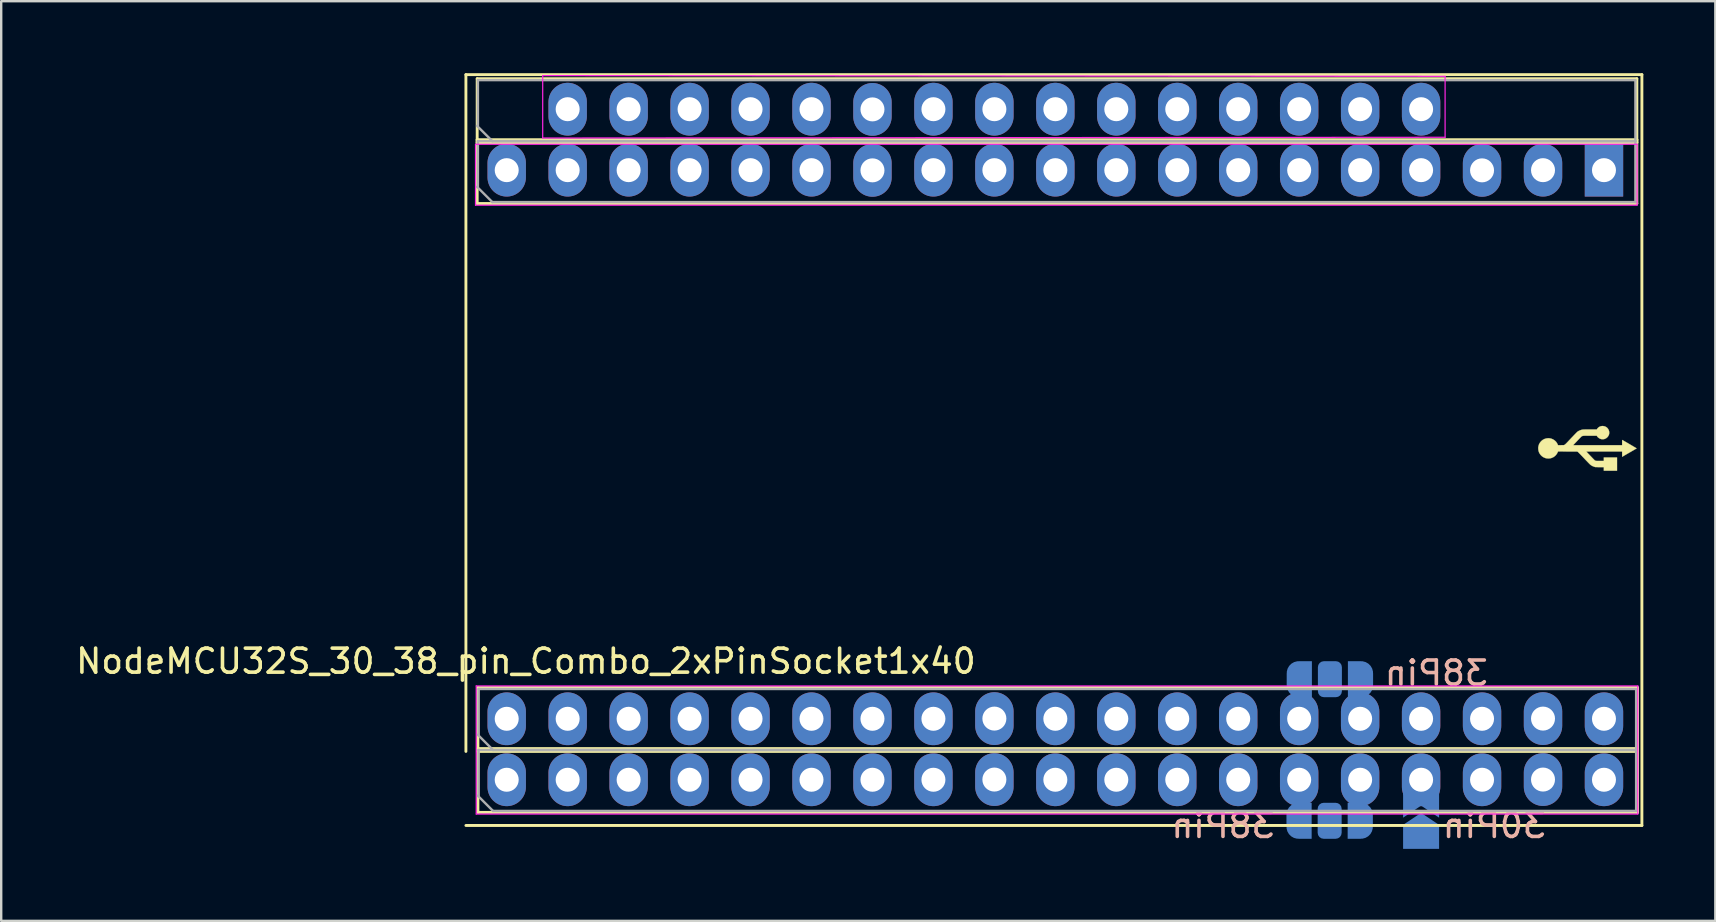
<source format=kicad_pcb>
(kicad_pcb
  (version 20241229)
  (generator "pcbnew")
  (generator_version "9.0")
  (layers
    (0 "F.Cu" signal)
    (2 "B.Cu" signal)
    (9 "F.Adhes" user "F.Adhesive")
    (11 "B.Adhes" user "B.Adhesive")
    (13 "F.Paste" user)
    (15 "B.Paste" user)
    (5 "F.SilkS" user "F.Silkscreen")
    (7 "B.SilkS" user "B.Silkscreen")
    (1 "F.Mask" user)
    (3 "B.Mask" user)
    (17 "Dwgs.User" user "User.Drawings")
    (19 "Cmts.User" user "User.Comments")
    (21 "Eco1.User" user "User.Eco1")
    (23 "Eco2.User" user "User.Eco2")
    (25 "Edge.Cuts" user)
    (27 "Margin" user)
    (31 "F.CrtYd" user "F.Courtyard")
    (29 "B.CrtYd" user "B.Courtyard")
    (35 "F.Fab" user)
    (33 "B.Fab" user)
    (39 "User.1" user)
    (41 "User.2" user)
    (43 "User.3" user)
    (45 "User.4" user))
  (footprint "NodeMCU32S_30_38_pin_Combo_2xPinSocket1x40"
    (layer "F.Cu")
    (at 18.063 26.9)
    (property "Reference" "NodeMCU32S_30_38_pin_Combo_2xPinSocket1x40" (at 0.8 -2.4 180) (layer "F.SilkS") (effects (font (size 1 1) (thickness 0.15))))
    (attr through_hole)
    (fp_line (start -1.7 -26.84) (end 47.3 -26.84) (stroke (width 0.12) (type solid)) (layer "F.SilkS"))
    (fp_line (start -1.7 1.36) (end -1.7 -26.84) (stroke (width 0.12) (type solid)) (layer "F.SilkS"))
    (fp_line (start -1.23 -26.67) (end 47.09 -26.67) (stroke (width 0.12) (type solid)) (layer "F.SilkS"))
    (fp_line (start -1.23 -24.13) (end 47.09 -24.13) (stroke (width 0.12) (type solid)) (layer "F.SilkS"))
    (fp_line (start -1.23 -24.01) (end -1.23 -26.67) (stroke (width 0.12) (type solid)) (layer "F.SilkS"))
    (fp_line (start -1.23 -24.01) (end 47.09 -24.01) (stroke (width 0.12) (type solid)) (layer "F.SilkS"))
    (fp_line (start -1.23 -21.47) (end -1.23 -24.13) (stroke (width 0.12) (type solid)) (layer "F.SilkS"))
    (fp_line (start -1.23 -21.47) (end 47.09 -21.47) (stroke (width 0.12) (type solid)) (layer "F.SilkS"))
    (fp_line (start -1.2 -1.3) (end 47.12 -1.3) (stroke (width 0.12) (type solid)) (layer "F.SilkS"))
    (fp_line (start -1.2 1.24) (end 47.12 1.24) (stroke (width 0.12) (type solid)) (layer "F.SilkS"))
    (fp_line (start -1.2 1.36) (end -1.2 -1.3) (stroke (width 0.12) (type solid)) (layer "F.SilkS"))
    (fp_line (start -1.2 1.36) (end 47.12 1.36) (stroke (width 0.12) (type solid)) (layer "F.SilkS"))
    (fp_line (start -1.2 3.9) (end -1.2 1.24) (stroke (width 0.12) (type solid)) (layer "F.SilkS"))
    (fp_line (start -1.2 3.9) (end 47.12 3.9) (stroke (width 0.12) (type solid)) (layer "F.SilkS"))
    (fp_line (start 47.09 -24.01) (end 47.09 -26.67) (stroke (width 0.12) (type solid)) (layer "F.SilkS"))
    (fp_line (start 47.09 -21.47) (end 47.09 -24.13) (stroke (width 0.12) (type solid)) (layer "F.SilkS"))
    (fp_line (start 47.12 1.36) (end 47.12 -1.3) (stroke (width 0.12) (type solid)) (layer "F.SilkS"))
    (fp_line (start 47.12 3.9) (end 47.12 1.24) (stroke (width 0.12) (type solid)) (layer "F.SilkS"))
    (fp_line (start 47.3 -26.84) (end 47.3 4.445) (stroke (width 0.12) (type solid)) (layer "F.SilkS"))
    (fp_line (start 47.3 4.445) (end -1.7 4.445) (stroke (width 0.12) (type solid)) (layer "F.SilkS"))
    (fp_poly (pts (xy 47.076 -11.265) (xy 47.066 -11.259) (xy 47.049 -11.248) (xy 47.026 -11.235) (xy 46.999 -11.219) (xy 46.966 -11.2) (xy 46.93 -11.178) (xy 46.89 -11.155) (xy 46.847 -11.13) (xy 46.802 -11.104) (xy 46.778 -11.091) (xy 46.478 -10.917) (xy 46.477 -11.027) (xy 46.476 -11.137) (xy 45.731 -11.137) (xy 45.652 -11.137) (xy 45.575 -11.137) (xy 45.502 -11.137) (xy 45.431 -11.137) (xy 45.364 -11.137) (xy 45.301 -11.137) (xy 45.243 -11.137) (xy 45.189 -11.137) (xy 45.141 -11.137) (xy 45.098 -11.136) (xy 45.062 -11.136) (xy 45.032 -11.136) (xy 45.009 -11.136) (xy 44.994 -11.136) (xy 44.986 -11.136) (xy 44.986 -11.135) (xy 44.988 -11.132) (xy 44.997 -11.123) (xy 45.009 -11.109) (xy 45.026 -11.091) (xy 45.046 -11.069) (xy 45.069 -11.045) (xy 45.094 -11.019) (xy 45.121 -10.991) (xy 45.148 -10.962) (xy 45.176 -10.933) (xy 45.203 -10.905) (xy 45.23 -10.877) (xy 45.254 -10.852) (xy 45.277 -10.829) (xy 45.297 -10.808) (xy 45.313 -10.792) (xy 45.325 -10.78) (xy 45.332 -10.773) (xy 45.333 -10.772) (xy 45.347 -10.764) (xy 45.364 -10.755) (xy 45.373 -10.752) (xy 45.379 -10.75) (xy 45.386 -10.748) (xy 45.395 -10.747) (xy 45.406 -10.746) (xy 45.42 -10.745) (xy 45.438 -10.744) (xy 45.461 -10.744) (xy 45.49 -10.744) (xy 45.527 -10.744) (xy 45.555 -10.744) (xy 45.714 -10.744) (xy 45.714 -10.888) (xy 46.264 -10.888) (xy 46.264 -10.337) (xy 45.714 -10.337) (xy 45.714 -10.485) (xy 45.535 -10.486) (xy 45.356 -10.488) (xy 45.318 -10.5) (xy 45.277 -10.515) (xy 45.235 -10.534) (xy 45.195 -10.556) (xy 45.161 -10.579) (xy 45.161 -10.579) (xy 45.15 -10.589) (xy 45.133 -10.604) (xy 45.111 -10.626) (xy 45.083 -10.654) (xy 45.05 -10.688) (xy 45.011 -10.729) (xy 44.966 -10.775) (xy 44.916 -10.828) (xy 44.885 -10.861) (xy 44.84 -10.908) (xy 44.8 -10.95) (xy 44.765 -10.986) (xy 44.736 -11.017) (xy 44.71 -11.043) (xy 44.688 -11.065) (xy 44.671 -11.083) (xy 44.656 -11.098) (xy 44.644 -11.109) (xy 44.635 -11.117) (xy 44.628 -11.122) (xy 44.623 -11.125) (xy 44.623 -11.125) (xy 44.603 -11.135) (xy 43.804 -11.138) (xy 43.801 -11.129) (xy 43.799 -11.121) (xy 43.793 -11.108) (xy 43.786 -11.092) (xy 43.783 -11.086) (xy 43.753 -11.034) (xy 43.717 -10.987) (xy 43.675 -10.946) (xy 43.628 -10.911) (xy 43.575 -10.883) (xy 43.519 -10.862) (xy 43.501 -10.857) (xy 43.469 -10.851) (xy 43.433 -10.848) (xy 43.394 -10.847) (xy 43.357 -10.849) (xy 43.322 -10.853) (xy 43.301 -10.857) (xy 43.242 -10.877) (xy 43.188 -10.904) (xy 43.139 -10.937) (xy 43.096 -10.977) (xy 43.063 -11.016) (xy 43.031 -11.065) (xy 43.007 -11.116) (xy 42.991 -11.17) (xy 42.983 -11.227) (xy 42.981 -11.254) (xy 42.981 -11.276) (xy 42.981 -11.295) (xy 42.981 -11.31) (xy 42.981 -11.319) (xy 42.982 -11.319) (xy 42.991 -11.363) (xy 43.001 -11.4) (xy 43.012 -11.432) (xy 43.026 -11.463) (xy 43.038 -11.484) (xy 43.072 -11.532) (xy 43.111 -11.574) (xy 43.154 -11.611) (xy 43.202 -11.641) (xy 43.254 -11.664) (xy 43.307 -11.68) (xy 43.363 -11.689) (xy 43.42 -11.691) (xy 43.477 -11.685) (xy 43.527 -11.672) (xy 43.578 -11.652) (xy 43.627 -11.626) (xy 43.672 -11.593) (xy 43.711 -11.557) (xy 43.731 -11.534) (xy 43.744 -11.517) (xy 43.757 -11.495) (xy 43.771 -11.472) (xy 43.784 -11.449) (xy 43.794 -11.429) (xy 43.8 -11.413) (xy 43.801 -11.409) (xy 43.804 -11.399) (xy 43.926 -11.401) (xy 44.048 -11.402) (xy 44.077 -11.416) (xy 44.082 -11.419) (xy 44.087 -11.422) (xy 44.093 -11.426) (xy 44.1 -11.432) (xy 44.108 -11.439) (xy 44.118 -11.448) (xy 44.13 -11.46) (xy 44.145 -11.474) (xy 44.163 -11.492) (xy 44.184 -11.514) (xy 44.209 -11.54) (xy 44.238 -11.571) (xy 44.271 -11.606) (xy 44.31 -11.647) (xy 44.352 -11.692) (xy 44.397 -11.739) (xy 44.436 -11.78) (xy 44.47 -11.816) (xy 44.499 -11.846) (xy 44.525 -11.873) (xy 44.546 -11.895) (xy 44.565 -11.914) (xy 44.58 -11.929) (xy 44.593 -11.941) (xy 44.604 -11.952) (xy 44.613 -11.96) (xy 44.621 -11.966) (xy 44.628 -11.971) (xy 44.635 -11.976) (xy 44.691 -12.007) (xy 44.751 -12.031) (xy 44.814 -12.047) (xy 44.843 -12.052) (xy 44.855 -12.053) (xy 44.874 -12.053) (xy 44.902 -12.054) (xy 44.936 -12.055) (xy 44.977 -12.055) (xy 45.024 -12.056) (xy 45.077 -12.056) (xy 45.136 -12.056) (xy 45.149 -12.056) (xy 45.421 -12.056) (xy 45.432 -12.076) (xy 45.445 -12.094) (xy 45.463 -12.114) (xy 45.484 -12.134) (xy 45.505 -12.151) (xy 45.52 -12.161) (xy 45.563 -12.182) (xy 45.608 -12.195) (xy 45.654 -12.2) (xy 45.701 -12.197) (xy 45.747 -12.187) (xy 45.789 -12.17) (xy 45.829 -12.146) (xy 45.863 -12.116) (xy 45.891 -12.08) (xy 45.914 -12.041) (xy 45.929 -11.999) (xy 45.938 -11.955) (xy 45.94 -11.909) (xy 45.934 -11.864) (xy 45.924 -11.829) (xy 45.904 -11.788) (xy 45.878 -11.75) (xy 45.846 -11.717) (xy 45.809 -11.689) (xy 45.768 -11.668) (xy 45.731 -11.655) (xy 45.704 -11.651) (xy 45.672 -11.649) (xy 45.64 -11.65) (xy 45.61 -11.653) (xy 45.595 -11.656) (xy 45.561 -11.668) (xy 45.527 -11.685) (xy 45.495 -11.707) (xy 45.466 -11.731) (xy 45.443 -11.757) (xy 45.43 -11.776) (xy 45.42 -11.794) (xy 45.137 -11.794) (xy 45.081 -11.794) (xy 45.033 -11.794) (xy 44.992 -11.793) (xy 44.958 -11.793) (xy 44.929 -11.793) (xy 44.906 -11.793) (xy 44.887 -11.792) (xy 44.872 -11.792) (xy 44.86 -11.791) (xy 44.851 -11.79) (xy 44.844 -11.789) (xy 44.837 -11.788) (xy 44.832 -11.786) (xy 44.828 -11.785) (xy 44.81 -11.777) (xy 44.791 -11.768) (xy 44.781 -11.76) (xy 44.775 -11.755) (xy 44.765 -11.745) (xy 44.75 -11.73) (xy 44.731 -11.711) (xy 44.71 -11.689) (xy 44.686 -11.664) (xy 44.66 -11.637) (xy 44.633 -11.609) (xy 44.606 -11.58) (xy 44.579 -11.551) (xy 44.552 -11.523) (xy 44.527 -11.497) (xy 44.504 -11.472) (xy 44.483 -11.45) (xy 44.466 -11.431) (xy 44.452 -11.417) (xy 44.443 -11.407) (xy 44.44 -11.402) (xy 44.44 -11.402) (xy 44.444 -11.402) (xy 44.456 -11.401) (xy 44.476 -11.401) (xy 44.503 -11.401) (xy 44.538 -11.401) (xy 44.579 -11.401) (xy 44.626 -11.401) (xy 44.679 -11.401) (xy 44.738 -11.4) (xy 44.802 -11.4) (xy 44.871 -11.4) (xy 44.944 -11.4) (xy 45.021 -11.4) (xy 45.102 -11.4) (xy 45.186 -11.4) (xy 45.274 -11.4) (xy 45.364 -11.4) (xy 45.456 -11.4) (xy 46.476 -11.4) (xy 46.476 -11.51) (xy 46.476 -11.54) (xy 46.476 -11.566) (xy 46.477 -11.588) (xy 46.478 -11.605) (xy 46.478 -11.616) (xy 46.479 -11.619) (xy 46.485 -11.616) (xy 46.498 -11.609) (xy 46.516 -11.599) (xy 46.54 -11.586) (xy 46.567 -11.57) (xy 46.599 -11.551) (xy 46.634 -11.531) (xy 46.671 -11.51) (xy 46.71 -11.487) (xy 46.75 -11.464) (xy 46.79 -11.44) (xy 46.831 -11.416) (xy 46.87 -11.393) (xy 46.908 -11.371) (xy 46.944 -11.349) (xy 46.977 -11.33) (xy 47.007 -11.312) (xy 47.033 -11.297) (xy 47.053 -11.285) (xy 47.068 -11.275) (xy 47.078 -11.27) (xy 47.08 -11.268) (xy 47.076 -11.265)) (stroke (width 0.01) (type solid)) (fill yes) (layer "F.SilkS"))
    (fp_line (start -2.4 -26.84) (end 5.8 -26.84) (stroke (width 0.12) (type solid)) (layer "Eco2.User"))
    (fp_line (start -2.4 4.445) (end -2.4 -26.84) (stroke (width 0.12) (type solid)) (layer "Eco2.User"))
    (fp_line (start 5.8 -26.84) (end 5.8 1.8) (stroke (width 0.12) (type solid)) (layer "Eco2.User"))
    (fp_line (start 5.8 -24.3) (end 5.8 1.8) (stroke (width 0.12) (type solid)) (layer "Eco2.User"))
    (fp_line (start 5.8 4.445) (end -2.4 4.445) (stroke (width 0.12) (type solid)) (layer "Eco2.User"))
    (fp_line (start -1.3 -23.94) (end -1.3 -21.4) (stroke (width 0.05) (type solid)) (layer "F.CrtYd"))
    (fp_line (start -1.3 -23.94) (end 47.1 -23.94) (stroke (width 0.05) (type solid)) (layer "F.CrtYd"))
    (fp_line (start -1.3 -21.4) (end 47.1 -21.4) (stroke (width 0.05) (type solid)) (layer "F.CrtYd"))
    (fp_line (start -1.27 -1.37) (end -1.27 3.97) (stroke (width 0.05) (type solid)) (layer "F.CrtYd"))
    (fp_line (start -1.27 3.97) (end 47.13 3.97) (stroke (width 0.05) (type solid)) (layer "F.CrtYd"))
    (fp_line (start 1.5 -26.8) (end 1.5 -24.2) (stroke (width 0.05) (type solid)) (layer "F.CrtYd"))
    (fp_line (start 39.1 -26.77) (end 1.5 -26.8) (stroke (width 0.05) (type solid)) (layer "F.CrtYd"))
    (fp_line (start 39.1 -24.23) (end 1.5 -24.2) (stroke (width 0.05) (type solid)) (layer "F.CrtYd"))
    (fp_line (start 39.1 -24.23) (end 39.1 -26.77) (stroke (width 0.05) (type solid)) (layer "F.CrtYd"))
    (fp_line (start 47.1 -21.4) (end 47.1 -23.94) (stroke (width 0.05) (type solid)) (layer "F.CrtYd"))
    (fp_line (start 47.13 -1.37) (end -1.27 -1.37) (stroke (width 0.05) (type solid)) (layer "F.CrtYd"))
    (fp_line (start 47.13 3.97) (end 47.13 -1.37) (stroke (width 0.05) (type solid)) (layer "F.CrtYd"))
    (fp_line (start -1.2 -26.61) (end 47.03 -26.61) (stroke (width 0.1) (type solid)) (layer "F.Fab"))
    (fp_line (start -1.2 -24.705) (end -1.2 -26.61) (stroke (width 0.1) (type solid)) (layer "F.Fab"))
    (fp_line (start -1.2 -24.07) (end 47.03 -24.07) (stroke (width 0.1) (type solid)) (layer "F.Fab"))
    (fp_line (start -1.2 -22.165) (end -1.2 -24.07) (stroke (width 0.1) (type solid)) (layer "F.Fab"))
    (fp_line (start -1.17 -1.24) (end 47.06 -1.24) (stroke (width 0.1) (type solid)) (layer "F.Fab"))
    (fp_line (start -1.17 0.665) (end -1.17 -1.24) (stroke (width 0.1) (type solid)) (layer "F.Fab"))
    (fp_line (start -1.17 1.3) (end 47.06 1.3) (stroke (width 0.1) (type solid)) (layer "F.Fab"))
    (fp_line (start -1.17 3.205) (end -1.17 1.3) (stroke (width 0.1) (type solid)) (layer "F.Fab"))
    (fp_line (start -0.6 -24.07) (end -1.235 -24.705) (stroke (width 0.1) (type solid)) (layer "F.Fab"))
    (fp_line (start -0.6 -21.53) (end -1.235 -22.165) (stroke (width 0.1) (type solid)) (layer "F.Fab"))
    (fp_line (start -0.57 1.3) (end -1.205 0.665) (stroke (width 0.1) (type solid)) (layer "F.Fab"))
    (fp_line (start -0.57 3.84) (end -1.205 3.205) (stroke (width 0.1) (type solid)) (layer "F.Fab"))
    (fp_line (start 47.03 -26.61) (end 47.03 -24.07) (stroke (width 0.1) (type solid)) (layer "F.Fab"))
    (fp_line (start 47.03 -24.07) (end -0.6 -24.07) (stroke (width 0.1) (type solid)) (layer "F.Fab"))
    (fp_line (start 47.03 -24.07) (end 47.03 -21.53) (stroke (width 0.1) (type solid)) (layer "F.Fab"))
    (fp_line (start 47.03 -21.53) (end -0.6 -21.53) (stroke (width 0.1) (type solid)) (layer "F.Fab"))
    (fp_line (start 47.06 -1.24) (end 47.06 1.3) (stroke (width 0.1) (type solid)) (layer "F.Fab"))
    (fp_line (start 47.06 1.3) (end -0.57 1.3) (stroke (width 0.1) (type solid)) (layer "F.Fab"))
    (fp_line (start 47.06 1.3) (end 47.06 3.84) (stroke (width 0.1) (type solid)) (layer "F.Fab"))
    (fp_line (start 47.06 3.84) (end -0.57 3.84) (stroke (width 0.1) (type solid)) (layer "F.Fab"))
    (fp_text user "38Pin" (at 29.845 4.445 0) (unlocked yes) (layer "B.SilkS") (effects (font (size 1 1) (thickness 0.15)) (justify mirror)))
    (fp_text user "38Pin" (at 38.735 -1.905 0) (unlocked yes) (layer "B.SilkS") (effects (font (size 1 1) (thickness 0.15)) (justify mirror)))
    (fp_text user "30Pin" (at 41.15 4.445 0) (unlocked yes) (layer "B.SilkS") (effects (font (size 1 1) (thickness 0.15)) (justify mirror)))
    (fp_text user "Antenna" (at 0.3 -11.5 90) (layer "Eco2.User") (effects (font (size 2 2) (thickness 0.3))))
    (pad "0" thru_hole oval (at 33.02 -22.86 180) (size 1.6 2.2) (drill 1) (layers "*.Cu" "*.Mask"))
    (pad "1" thru_hole oval (at 7.62 -25.4 180) (size 1.6 2.2) (drill 1) (layers "*.Cu" "*.Mask"))
    (pad "1" thru_hole oval (at 7.62 -22.86 180) (size 1.6 2.2) (drill 1) (layers "*.Cu" "*.Mask"))
    (pad "2" thru_hole oval (at 30.48 -25.4 180) (size 1.6 2.2) (drill 1) (layers "*.Cu" "*.Mask"))
    (pad "2" thru_hole oval (at 35.56 -22.86 180) (size 1.6 2.2) (drill 1) (layers "*.Cu" "*.Mask"))
    (pad "3" thru_hole oval (at 10.16 -25.4 180) (size 1.6 2.2) (drill 1) (layers "*.Cu" "*.Mask"))
    (pad "3" thru_hole oval (at 10.16 -22.86 180) (size 1.6 2.2) (drill 1) (layers "*.Cu" "*.Mask"))
    (pad "4" thru_hole oval (at 27.94 -25.4 180) (size 1.6 2.2) (drill 1) (layers "*.Cu" "*.Mask"))
    (pad "4" thru_hole oval (at 30.48 -22.86 180) (size 1.6 2.2) (drill 1) (layers "*.Cu" "*.Mask"))
    (pad "5" thru_hole oval (at 20.32 -25.4 180) (size 1.6 2.2) (drill 1) (layers "*.Cu" "*.Mask"))
    (pad "5" thru_hole oval (at 22.86 -22.86 180) (size 1.6 2.2) (drill 1) (layers "*.Cu" "*.Mask"))
    (pad "6" thru_hole rect (at 45.72 -22.86 180) (size 1.6 2.2) (drill 1) (layers "*.Cu" "*.Mask"))
    (pad "7" thru_hole oval (at 43.18 -22.86 180) (size 1.6 2.2) (drill 1) (layers "*.Cu" "*.Mask"))
    (pad "8" thru_hole oval (at 40.64 -22.852 180) (size 1.6 2.2) (drill 1) (layers "*.Cu" "*.Mask"))
    (pad "9" thru_hole oval (at 38.1 0) (size 1.6 2.2) (drill 1) (layers "*.Cu" "*.Mask"))
    (pad "9" thru_hole oval (at 38.1 2.54) (size 1.6 2.2) (drill 1) (layers "*.Cu" "*.Mask"))
    (pad "9" smd custom (at 38.1 2.97 90) (size 0.3 0.3) (layers "B.Cu" "B.Mask") (options (anchor rect)) (primitives (gr_poly (pts (xy -1.15 -0.75) (xy 0.2 -0.75) (xy 0.2 0.75) (xy -1.15 0.75) (xy -0.65 0)) (width 0) (fill yes))))
    (pad "10" thru_hole oval (at 40.64 0) (size 1.6 2.2) (drill 1) (layers "*.Cu" "*.Mask"))
    (pad "10" thru_hole oval (at 40.64 2.54) (size 1.6 2.2) (drill 1) (layers "*.Cu" "*.Mask"))
    (pad "11" thru_hole oval (at 43.18 -0.008) (size 1.6 2.2) (drill 1) (layers "*.Cu" "*.Mask"))
    (pad "11" thru_hole oval (at 43.18 2.532) (size 1.6 2.2) (drill 1) (layers "*.Cu" "*.Mask"))
    (pad "12" thru_hole oval (at 30.48 0) (size 1.6 2.2) (drill 1) (layers "*.Cu" "*.Mask"))
    (pad "12" thru_hole oval (at 30.48 2.54) (size 1.6 2.2) (drill 1) (layers "*.Cu" "*.Mask"))
    (pad "13" smd roundrect (at 34.3 -1.65) (size 1 1.5) (layers "B.Cu" "B.Mask") (roundrect_rratio 0.25))
    (pad "14" thru_hole oval (at 27.94 0) (size 1.6 2.2) (drill 1) (layers "*.Cu" "*.Mask"))
    (pad "14" thru_hole oval (at 27.94 2.54) (size 1.6 2.2) (drill 1) (layers "*.Cu" "*.Mask"))
    (pad "15" thru_hole oval (at 33.02 -25.4 180) (size 1.6 2.2) (drill 1) (layers "*.Cu" "*.Mask"))
    (pad "15" thru_hole oval (at 38.1 -22.86 180) (size 1.6 2.2) (drill 1) (layers "*.Cu" "*.Mask"))
    (pad "16" thru_hole oval (at 25.4 -25.4 180) (size 1.6 2.2) (drill 1) (layers "*.Cu" "*.Mask"))
    (pad "16" thru_hole oval (at 27.94 -22.86 180) (size 1.6 2.2) (drill 1) (layers "*.Cu" "*.Mask"))
    (pad "17" thru_hole oval (at 22.86 -25.4 180) (size 1.6 2.2) (drill 1) (layers "*.Cu" "*.Mask"))
    (pad "17" thru_hole oval (at 25.4 -22.86 180) (size 1.6 2.2) (drill 1) (layers "*.Cu" "*.Mask"))
    (pad "18" thru_hole oval (at 17.78 -25.4 180) (size 1.6 2.2) (drill 1) (layers "*.Cu" "*.Mask"))
    (pad "18" thru_hole oval (at 20.32 -22.86 180) (size 1.6 2.2) (drill 1) (layers "*.Cu" "*.Mask"))
    (pad "19" thru_hole oval (at 15.24 -25.392 180) (size 1.6 2.2) (drill 1) (layers "*.Cu" "*.Mask"))
    (pad "19" thru_hole oval (at 17.78 -22.86 180) (size 1.6 2.2) (drill 1) (layers "*.Cu" "*.Mask"))
    (pad "21" thru_hole oval (at 12.7 -25.4 180) (size 1.6 2.2) (drill 1) (layers "*.Cu" "*.Mask"))
    (pad "21" thru_hole oval (at 12.7 -22.86 180) (size 1.6 2.2) (drill 1) (layers "*.Cu" "*.Mask"))
    (pad "22" thru_hole oval (at 5.08 -25.4 180) (size 1.6 2.2) (drill 1) (layers "*.Cu" "*.Mask"))
    (pad "22" thru_hole oval (at 5.08 -22.86 180) (size 1.6 2.2) (drill 1) (layers "*.Cu" "*.Mask"))
    (pad "23" thru_hole oval (at 2.54 -25.4 180) (size 1.6 2.2) (drill 1) (layers "*.Cu" "*.Mask"))
    (pad "23" thru_hole oval (at 2.54 -22.86 180) (size 1.6 2.2) (drill 1) (layers "*.Cu" "*.Mask"))
    (pad "25" thru_hole oval (at 20.32 -0.008) (size 1.6 2.2) (drill 1) (layers "*.Cu" "*.Mask"))
    (pad "25" thru_hole oval (at 20.32 2.532) (size 1.6 2.2) (drill 1) (layers "*.Cu" "*.Mask"))
    (pad "26" thru_hole oval (at 22.86 0) (size 1.6 2.2) (drill 1) (layers "*.Cu" "*.Mask"))
    (pad "26" thru_hole oval (at 22.86 2.54) (size 1.6 2.2) (drill 1) (layers "*.Cu" "*.Mask"))
    (pad "27" thru_hole oval (at 25.4 0) (size 1.6 2.2) (drill 1) (layers "*.Cu" "*.Mask"))
    (pad "27" thru_hole oval (at 25.4 2.54) (size 1.6 2.2) (drill 1) (layers "*.Cu" "*.Mask"))
    (pad "32" thru_hole oval (at 15.24 0) (size 1.6 2.2) (drill 1) (layers "*.Cu" "*.Mask"))
    (pad "32" thru_hole oval (at 15.24 2.54) (size 1.6 2.2) (drill 1) (layers "*.Cu" "*.Mask"))
    (pad "33" thru_hole oval (at 17.78 0) (size 1.6 2.2) (drill 1) (layers "*.Cu" "*.Mask"))
    (pad "33" thru_hole oval (at 17.78 2.54) (size 1.6 2.2) (drill 1) (layers "*.Cu" "*.Mask"))
    (pad "34" thru_hole oval (at 10.16 0) (size 1.6 2.2) (drill 1) (layers "*.Cu" "*.Mask"))
    (pad "34" thru_hole oval (at 10.16 2.54) (size 1.6 2.2) (drill 1) (layers "*.Cu" "*.Mask"))
    (pad "35" thru_hole oval (at 12.7 0) (size 1.6 2.2) (drill 1) (layers "*.Cu" "*.Mask"))
    (pad "35" thru_hole oval (at 12.7 2.54) (size 1.6 2.2) (drill 1) (layers "*.Cu" "*.Mask"))
    (pad "36" thru_hole oval (at 5.08 0) (size 1.6 2.2) (drill 1) (layers "*.Cu" "*.Mask"))
    (pad "36" thru_hole oval (at 5.08 2.54) (size 1.6 2.2) (drill 1) (layers "*.Cu" "*.Mask"))
    (pad "39" thru_hole oval (at 7.62 0) (size 1.6 2.2) (drill 1) (layers "*.Cu" "*.Mask"))
    (pad "39" thru_hole oval (at 7.62 2.54) (size 1.6 2.2) (drill 1) (layers "*.Cu" "*.Mask"))
    (pad "98" thru_hole oval (at 35.56 0) (size 1.6 2.2) (drill 1) (layers "*.Cu" "*.Mask"))
    (pad "98" thru_hole oval (at 35.56 2.54) (size 1.6 2.2) (drill 1) (layers "*.Cu" "*.Mask"))
    (pad "98" smd custom (at 35.59 4.25) (size 1 0.5) (layers "B.Cu" "B.Mask") (options (anchor rect)) (primitives (gr_circle (center 0 0.25) (end 0.5 0.25) (width 0) (fill yes)) (gr_circle (center 0 -0.25) (end 0.5 -0.25) (width 0) (fill yes)) (gr_poly (pts (xy 0 0.75) (xy -0.55 0.75) (xy -0.55 -0.75) (xy 0 -0.75)) (width 0) (fill yes))))
    (pad "98" smd custom (at 35.6 -1.65) (size 1 0.5) (layers "B.Cu" "B.Mask") (options (anchor rect)) (primitives (gr_circle (center 0 0.25) (end 0.5 0.25) (width 0) (fill yes)) (gr_circle (center 0 -0.25) (end 0.5 -0.25) (width 0) (fill yes)) (gr_poly (pts (xy 0 0.75) (xy -0.55 0.75) (xy -0.55 -0.75) (xy 0 -0.75)) (width 0) (fill yes))))
    (pad "99" smd custom (at 32.99 4.25) (size 1 0.5) (layers "B.Cu" "B.Mask") (options (anchor rect)) (primitives (gr_circle (center 0 0.25) (end 0.5 0.25) (width 0) (fill yes)) (gr_circle (center 0 -0.25) (end 0.5 -0.25) (width 0) (fill yes)) (gr_poly (pts (xy 0.55 0.75) (xy 0 0.75) (xy 0 -0.75) (xy 0.55 -0.75)) (width 0) (fill yes))))
    (pad "99" smd custom (at 33 -1.65) (size 1 0.5) (layers "B.Cu" "B.Mask") (options (anchor rect)) (primitives (gr_circle (center 0 0.25) (end 0.5 0.25) (width 0) (fill yes)) (gr_circle (center 0 -0.25) (end 0.5 -0.25) (width 0) (fill yes)) (gr_poly (pts (xy 0.55 0.75) (xy 0 0.75) (xy 0 -0.75) (xy 0.55 -0.75)) (width 0) (fill yes))))
    (pad "99" thru_hole oval (at 33.02 0) (size 1.6 2.2) (drill 1) (layers "*.Cu" "*.Mask"))
    (pad "99" thru_hole oval (at 33.02 2.54) (size 1.6 2.2) (drill 1) (layers "*.Cu" "*.Mask"))
    (pad "110" smd custom (at 38.1 5.12 90) (size 0.3 0.3) (layers "B.Cu" "B.Mask") (options (anchor rect)) (primitives (gr_poly (pts (xy -0.3 -0.75) (xy 0.7 -0.75) (xy 1.2 0) (xy 0.7 0.75) (xy -0.3 0.75)) (width 0) (fill yes))))
    (pad "110" thru_hole oval (at 45.72 0) (size 1.6 2.2) (drill 1) (layers "*.Cu" "*.Mask"))
    (pad "110" thru_hole oval (at 45.72 2.54) (size 1.6 2.2) (drill 1) (layers "*.Cu" "*.Mask"))
    (pad "120" smd roundrect (at 34.29 4.25) (size 1 1.5) (layers "B.Cu" "B.Mask") (roundrect_rratio 0.25))
    (pad "210" thru_hole oval (at 15.24 -22.852 180) (size 1.6 2.2) (drill 1) (layers "*.Cu" "*.Mask"))
    (pad "230" thru_hole oval (at 0 -22.86 180) (size 1.6 2.2) (drill 1) (layers "*.Cu" "*.Mask"))
    (pad "230" thru_hole oval (at 35.56 -25.4 180) (size 1.6 2.2) (drill 1) (layers "*.Cu" "*.Mask"))
    (pad "360" thru_hole oval (at 2.54 0) (size 1.6 2.2) (drill 1) (layers "*.Cu" "*.Mask"))
    (pad "360" thru_hole oval (at 2.54 2.54) (size 1.6 2.2) (drill 1) (layers "*.Cu" "*.Mask"))
    (pad "361" thru_hole oval (at 0 0) (size 1.6 2.2) (drill 1) (layers "*.Cu" "*.Mask"))
    (pad "361" thru_hole oval (at 0 2.54) (size 1.6 2.2) (drill 1) (layers "*.Cu" "*.Mask"))
    (pad "361" thru_hole oval (at 38.1 -25.4 180) (size 1.6 2.2) (drill 1) (layers "*.Cu" "*.Mask")))
  (gr_rect
    (start -3 -3)
    (end 68.423 35.32)
    (stroke (width 0.1) (type default))
    (fill no)
    (layer "Edge.Cuts")))
</source>
